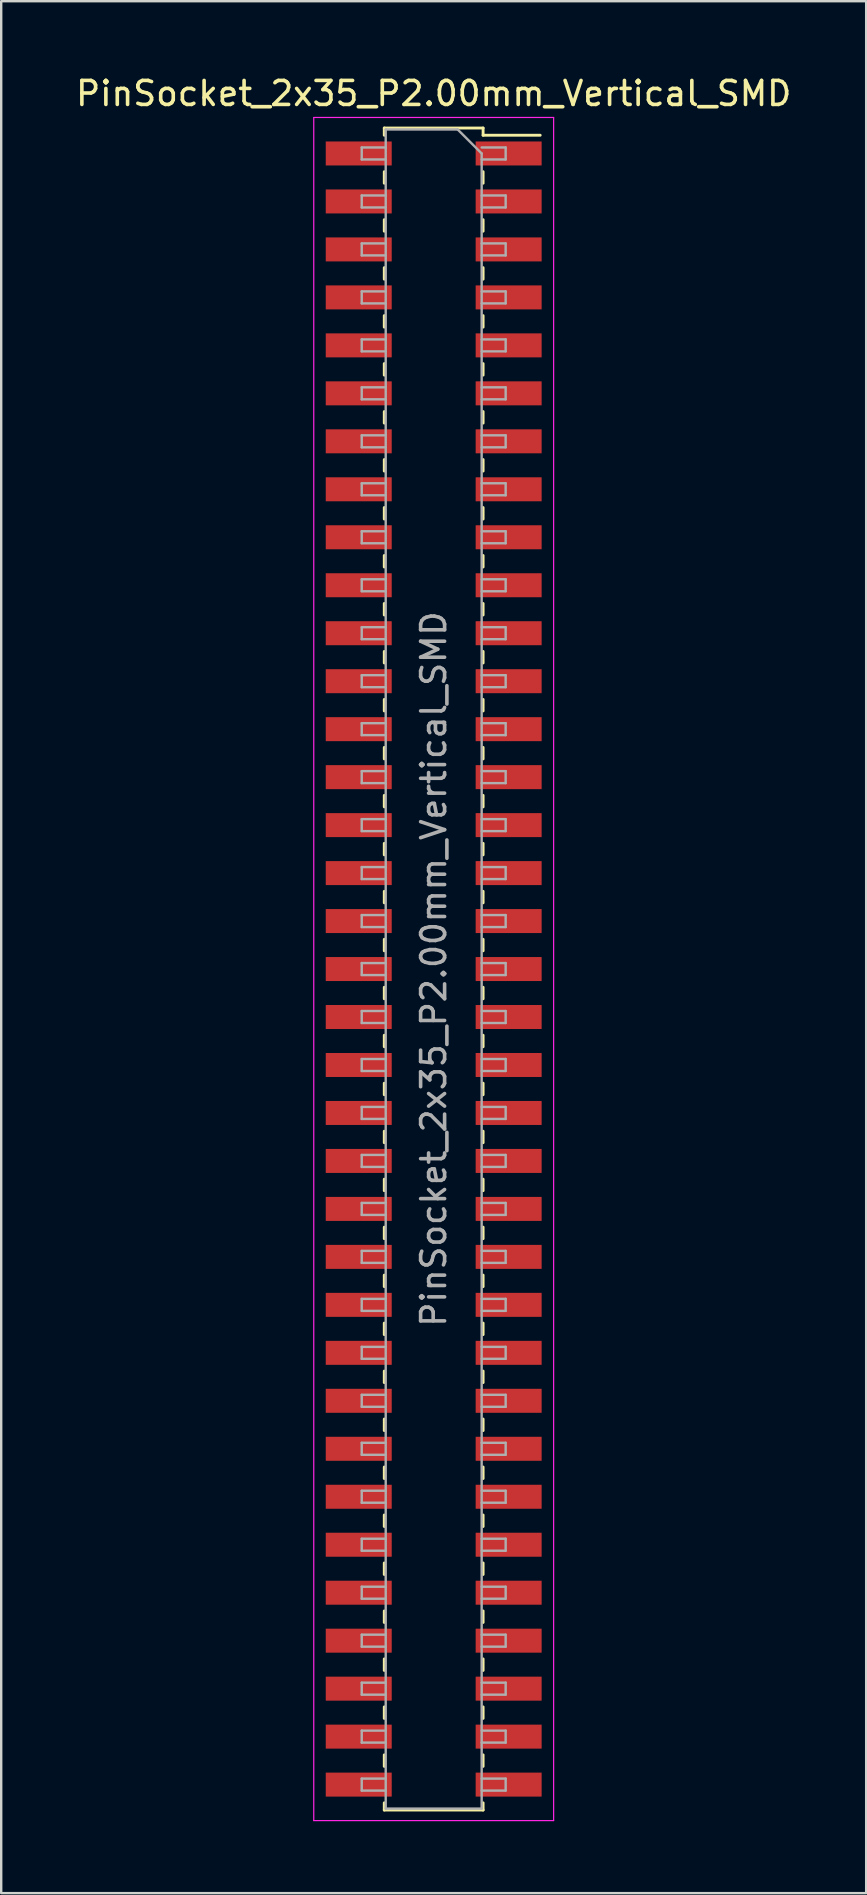
<source format=kicad_pcb>
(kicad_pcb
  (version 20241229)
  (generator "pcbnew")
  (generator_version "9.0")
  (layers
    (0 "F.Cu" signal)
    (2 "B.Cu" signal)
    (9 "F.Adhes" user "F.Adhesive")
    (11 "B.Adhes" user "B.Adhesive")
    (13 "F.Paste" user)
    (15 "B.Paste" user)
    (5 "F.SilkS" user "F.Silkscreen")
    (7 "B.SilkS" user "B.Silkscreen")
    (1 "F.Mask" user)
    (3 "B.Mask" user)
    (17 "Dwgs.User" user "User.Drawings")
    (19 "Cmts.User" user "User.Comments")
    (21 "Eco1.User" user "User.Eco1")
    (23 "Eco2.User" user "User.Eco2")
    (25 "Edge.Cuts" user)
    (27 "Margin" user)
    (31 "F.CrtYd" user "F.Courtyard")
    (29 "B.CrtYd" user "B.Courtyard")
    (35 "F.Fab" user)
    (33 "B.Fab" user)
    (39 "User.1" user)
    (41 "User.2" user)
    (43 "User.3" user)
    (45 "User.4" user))
  (footprint "PinSocket_2x35_P2.00mm_Vertical_SMD"
    (layer "F.Cu")
    (at 15.03 37.348)
    (property "Reference" "PinSocket_2x35_P2.00mm_Vertical_SMD" (at 0 -36.5 0) (layer "F.SilkS") (effects (font (size 1 1) (thickness 0.15))))
    (attr smd)
    (fp_line (start -2.06 -35.06) (end -2.06 -34.76) (stroke (width 0.12) (type solid)) (layer "F.SilkS"))
    (fp_line (start -2.06 -35.06) (end 2.06 -35.06) (stroke (width 0.12) (type solid)) (layer "F.SilkS"))
    (fp_line (start -2.06 -33.24) (end -2.06 -32.76) (stroke (width 0.12) (type solid)) (layer "F.SilkS"))
    (fp_line (start -2.06 -31.24) (end -2.06 -30.76) (stroke (width 0.12) (type solid)) (layer "F.SilkS"))
    (fp_line (start -2.06 -29.24) (end -2.06 -28.76) (stroke (width 0.12) (type solid)) (layer "F.SilkS"))
    (fp_line (start -2.06 -27.24) (end -2.06 -26.76) (stroke (width 0.12) (type solid)) (layer "F.SilkS"))
    (fp_line (start -2.06 -25.24) (end -2.06 -24.76) (stroke (width 0.12) (type solid)) (layer "F.SilkS"))
    (fp_line (start -2.06 -23.24) (end -2.06 -22.76) (stroke (width 0.12) (type solid)) (layer "F.SilkS"))
    (fp_line (start -2.06 -21.24) (end -2.06 -20.76) (stroke (width 0.12) (type solid)) (layer "F.SilkS"))
    (fp_line (start -2.06 -19.24) (end -2.06 -18.76) (stroke (width 0.12) (type solid)) (layer "F.SilkS"))
    (fp_line (start -2.06 -17.24) (end -2.06 -16.76) (stroke (width 0.12) (type solid)) (layer "F.SilkS"))
    (fp_line (start -2.06 -15.24) (end -2.06 -14.76) (stroke (width 0.12) (type solid)) (layer "F.SilkS"))
    (fp_line (start -2.06 -13.24) (end -2.06 -12.76) (stroke (width 0.12) (type solid)) (layer "F.SilkS"))
    (fp_line (start -2.06 -11.24) (end -2.06 -10.76) (stroke (width 0.12) (type solid)) (layer "F.SilkS"))
    (fp_line (start -2.06 -9.24) (end -2.06 -8.76) (stroke (width 0.12) (type solid)) (layer "F.SilkS"))
    (fp_line (start -2.06 -7.24) (end -2.06 -6.76) (stroke (width 0.12) (type solid)) (layer "F.SilkS"))
    (fp_line (start -2.06 -5.24) (end -2.06 -4.76) (stroke (width 0.12) (type solid)) (layer "F.SilkS"))
    (fp_line (start -2.06 -3.24) (end -2.06 -2.76) (stroke (width 0.12) (type solid)) (layer "F.SilkS"))
    (fp_line (start -2.06 -1.24) (end -2.06 -0.76) (stroke (width 0.12) (type solid)) (layer "F.SilkS"))
    (fp_line (start -2.06 0.76) (end -2.06 1.24) (stroke (width 0.12) (type solid)) (layer "F.SilkS"))
    (fp_line (start -2.06 2.76) (end -2.06 3.24) (stroke (width 0.12) (type solid)) (layer "F.SilkS"))
    (fp_line (start -2.06 4.76) (end -2.06 5.24) (stroke (width 0.12) (type solid)) (layer "F.SilkS"))
    (fp_line (start -2.06 6.76) (end -2.06 7.24) (stroke (width 0.12) (type solid)) (layer "F.SilkS"))
    (fp_line (start -2.06 8.76) (end -2.06 9.24) (stroke (width 0.12) (type solid)) (layer "F.SilkS"))
    (fp_line (start -2.06 10.76) (end -2.06 11.24) (stroke (width 0.12) (type solid)) (layer "F.SilkS"))
    (fp_line (start -2.06 12.76) (end -2.06 13.24) (stroke (width 0.12) (type solid)) (layer "F.SilkS"))
    (fp_line (start -2.06 14.76) (end -2.06 15.24) (stroke (width 0.12) (type solid)) (layer "F.SilkS"))
    (fp_line (start -2.06 16.76) (end -2.06 17.24) (stroke (width 0.12) (type solid)) (layer "F.SilkS"))
    (fp_line (start -2.06 18.76) (end -2.06 19.24) (stroke (width 0.12) (type solid)) (layer "F.SilkS"))
    (fp_line (start -2.06 20.76) (end -2.06 21.24) (stroke (width 0.12) (type solid)) (layer "F.SilkS"))
    (fp_line (start -2.06 22.76) (end -2.06 23.24) (stroke (width 0.12) (type solid)) (layer "F.SilkS"))
    (fp_line (start -2.06 24.76) (end -2.06 25.24) (stroke (width 0.12) (type solid)) (layer "F.SilkS"))
    (fp_line (start -2.06 26.76) (end -2.06 27.24) (stroke (width 0.12) (type solid)) (layer "F.SilkS"))
    (fp_line (start -2.06 28.76) (end -2.06 29.24) (stroke (width 0.12) (type solid)) (layer "F.SilkS"))
    (fp_line (start -2.06 30.76) (end -2.06 31.24) (stroke (width 0.12) (type solid)) (layer "F.SilkS"))
    (fp_line (start -2.06 32.76) (end -2.06 33.24) (stroke (width 0.12) (type solid)) (layer "F.SilkS"))
    (fp_line (start -2.06 34.76) (end -2.06 35.06) (stroke (width 0.12) (type solid)) (layer "F.SilkS"))
    (fp_line (start -2.06 35.06) (end 2.06 35.06) (stroke (width 0.12) (type solid)) (layer "F.SilkS"))
    (fp_line (start 2.06 -35.06) (end 2.06 -34.76) (stroke (width 0.12) (type solid)) (layer "F.SilkS"))
    (fp_line (start 2.06 -34.76) (end 4.44 -34.76) (stroke (width 0.12) (type solid)) (layer "F.SilkS"))
    (fp_line (start 2.06 -33.24) (end 2.06 -32.76) (stroke (width 0.12) (type solid)) (layer "F.SilkS"))
    (fp_line (start 2.06 -31.24) (end 2.06 -30.76) (stroke (width 0.12) (type solid)) (layer "F.SilkS"))
    (fp_line (start 2.06 -29.24) (end 2.06 -28.76) (stroke (width 0.12) (type solid)) (layer "F.SilkS"))
    (fp_line (start 2.06 -27.24) (end 2.06 -26.76) (stroke (width 0.12) (type solid)) (layer "F.SilkS"))
    (fp_line (start 2.06 -25.24) (end 2.06 -24.76) (stroke (width 0.12) (type solid)) (layer "F.SilkS"))
    (fp_line (start 2.06 -23.24) (end 2.06 -22.76) (stroke (width 0.12) (type solid)) (layer "F.SilkS"))
    (fp_line (start 2.06 -21.24) (end 2.06 -20.76) (stroke (width 0.12) (type solid)) (layer "F.SilkS"))
    (fp_line (start 2.06 -19.24) (end 2.06 -18.76) (stroke (width 0.12) (type solid)) (layer "F.SilkS"))
    (fp_line (start 2.06 -17.24) (end 2.06 -16.76) (stroke (width 0.12) (type solid)) (layer "F.SilkS"))
    (fp_line (start 2.06 -15.24) (end 2.06 -14.76) (stroke (width 0.12) (type solid)) (layer "F.SilkS"))
    (fp_line (start 2.06 -13.24) (end 2.06 -12.76) (stroke (width 0.12) (type solid)) (layer "F.SilkS"))
    (fp_line (start 2.06 -11.24) (end 2.06 -10.76) (stroke (width 0.12) (type solid)) (layer "F.SilkS"))
    (fp_line (start 2.06 -9.24) (end 2.06 -8.76) (stroke (width 0.12) (type solid)) (layer "F.SilkS"))
    (fp_line (start 2.06 -7.24) (end 2.06 -6.76) (stroke (width 0.12) (type solid)) (layer "F.SilkS"))
    (fp_line (start 2.06 -5.24) (end 2.06 -4.76) (stroke (width 0.12) (type solid)) (layer "F.SilkS"))
    (fp_line (start 2.06 -3.24) (end 2.06 -2.76) (stroke (width 0.12) (type solid)) (layer "F.SilkS"))
    (fp_line (start 2.06 -1.24) (end 2.06 -0.76) (stroke (width 0.12) (type solid)) (layer "F.SilkS"))
    (fp_line (start 2.06 0.76) (end 2.06 1.24) (stroke (width 0.12) (type solid)) (layer "F.SilkS"))
    (fp_line (start 2.06 2.76) (end 2.06 3.24) (stroke (width 0.12) (type solid)) (layer "F.SilkS"))
    (fp_line (start 2.06 4.76) (end 2.06 5.24) (stroke (width 0.12) (type solid)) (layer "F.SilkS"))
    (fp_line (start 2.06 6.76) (end 2.06 7.24) (stroke (width 0.12) (type solid)) (layer "F.SilkS"))
    (fp_line (start 2.06 8.76) (end 2.06 9.24) (stroke (width 0.12) (type solid)) (layer "F.SilkS"))
    (fp_line (start 2.06 10.76) (end 2.06 11.24) (stroke (width 0.12) (type solid)) (layer "F.SilkS"))
    (fp_line (start 2.06 12.76) (end 2.06 13.24) (stroke (width 0.12) (type solid)) (layer "F.SilkS"))
    (fp_line (start 2.06 14.76) (end 2.06 15.24) (stroke (width 0.12) (type solid)) (layer "F.SilkS"))
    (fp_line (start 2.06 16.76) (end 2.06 17.24) (stroke (width 0.12) (type solid)) (layer "F.SilkS"))
    (fp_line (start 2.06 18.76) (end 2.06 19.24) (stroke (width 0.12) (type solid)) (layer "F.SilkS"))
    (fp_line (start 2.06 20.76) (end 2.06 21.24) (stroke (width 0.12) (type solid)) (layer "F.SilkS"))
    (fp_line (start 2.06 22.76) (end 2.06 23.24) (stroke (width 0.12) (type solid)) (layer "F.SilkS"))
    (fp_line (start 2.06 24.76) (end 2.06 25.24) (stroke (width 0.12) (type solid)) (layer "F.SilkS"))
    (fp_line (start 2.06 26.76) (end 2.06 27.24) (stroke (width 0.12) (type solid)) (layer "F.SilkS"))
    (fp_line (start 2.06 28.76) (end 2.06 29.24) (stroke (width 0.12) (type solid)) (layer "F.SilkS"))
    (fp_line (start 2.06 30.76) (end 2.06 31.24) (stroke (width 0.12) (type solid)) (layer "F.SilkS"))
    (fp_line (start 2.06 32.76) (end 2.06 33.24) (stroke (width 0.12) (type solid)) (layer "F.SilkS"))
    (fp_line (start 2.06 34.76) (end 2.06 35.06) (stroke (width 0.12) (type solid)) (layer "F.SilkS"))
    (fp_line (start -5 -35.5) (end 5 -35.5) (stroke (width 0.05) (type solid)) (layer "F.CrtYd"))
    (fp_line (start -5 35.5) (end -5 -35.5) (stroke (width 0.05) (type solid)) (layer "F.CrtYd"))
    (fp_line (start 5 -35.5) (end 5 35.5) (stroke (width 0.05) (type solid)) (layer "F.CrtYd"))
    (fp_line (start 5 35.5) (end -5 35.5) (stroke (width 0.05) (type solid)) (layer "F.CrtYd"))
    (fp_line (start -3 -34.25) (end -2 -34.25) (stroke (width 0.1) (type solid)) (layer "F.Fab"))
    (fp_line (start -3 -33.75) (end -3 -34.25) (stroke (width 0.1) (type solid)) (layer "F.Fab"))
    (fp_line (start -3 -32.25) (end -2 -32.25) (stroke (width 0.1) (type solid)) (layer "F.Fab"))
    (fp_line (start -3 -31.75) (end -3 -32.25) (stroke (width 0.1) (type solid)) (layer "F.Fab"))
    (fp_line (start -3 -30.25) (end -2 -30.25) (stroke (width 0.1) (type solid)) (layer "F.Fab"))
    (fp_line (start -3 -29.75) (end -3 -30.25) (stroke (width 0.1) (type solid)) (layer "F.Fab"))
    (fp_line (start -3 -28.25) (end -2 -28.25) (stroke (width 0.1) (type solid)) (layer "F.Fab"))
    (fp_line (start -3 -27.75) (end -3 -28.25) (stroke (width 0.1) (type solid)) (layer "F.Fab"))
    (fp_line (start -3 -26.25) (end -2 -26.25) (stroke (width 0.1) (type solid)) (layer "F.Fab"))
    (fp_line (start -3 -25.75) (end -3 -26.25) (stroke (width 0.1) (type solid)) (layer "F.Fab"))
    (fp_line (start -3 -24.25) (end -2 -24.25) (stroke (width 0.1) (type solid)) (layer "F.Fab"))
    (fp_line (start -3 -23.75) (end -3 -24.25) (stroke (width 0.1) (type solid)) (layer "F.Fab"))
    (fp_line (start -3 -22.25) (end -2 -22.25) (stroke (width 0.1) (type solid)) (layer "F.Fab"))
    (fp_line (start -3 -21.75) (end -3 -22.25) (stroke (width 0.1) (type solid)) (layer "F.Fab"))
    (fp_line (start -3 -20.25) (end -2 -20.25) (stroke (width 0.1) (type solid)) (layer "F.Fab"))
    (fp_line (start -3 -19.75) (end -3 -20.25) (stroke (width 0.1) (type solid)) (layer "F.Fab"))
    (fp_line (start -3 -18.25) (end -2 -18.25) (stroke (width 0.1) (type solid)) (layer "F.Fab"))
    (fp_line (start -3 -17.75) (end -3 -18.25) (stroke (width 0.1) (type solid)) (layer "F.Fab"))
    (fp_line (start -3 -16.25) (end -2 -16.25) (stroke (width 0.1) (type solid)) (layer "F.Fab"))
    (fp_line (start -3 -15.75) (end -3 -16.25) (stroke (width 0.1) (type solid)) (layer "F.Fab"))
    (fp_line (start -3 -14.25) (end -2 -14.25) (stroke (width 0.1) (type solid)) (layer "F.Fab"))
    (fp_line (start -3 -13.75) (end -3 -14.25) (stroke (width 0.1) (type solid)) (layer "F.Fab"))
    (fp_line (start -3 -12.25) (end -2 -12.25) (stroke (width 0.1) (type solid)) (layer "F.Fab"))
    (fp_line (start -3 -11.75) (end -3 -12.25) (stroke (width 0.1) (type solid)) (layer "F.Fab"))
    (fp_line (start -3 -10.25) (end -2 -10.25) (stroke (width 0.1) (type solid)) (layer "F.Fab"))
    (fp_line (start -3 -9.75) (end -3 -10.25) (stroke (width 0.1) (type solid)) (layer "F.Fab"))
    (fp_line (start -3 -8.25) (end -2 -8.25) (stroke (width 0.1) (type solid)) (layer "F.Fab"))
    (fp_line (start -3 -7.75) (end -3 -8.25) (stroke (width 0.1) (type solid)) (layer "F.Fab"))
    (fp_line (start -3 -6.25) (end -2 -6.25) (stroke (width 0.1) (type solid)) (layer "F.Fab"))
    (fp_line (start -3 -5.75) (end -3 -6.25) (stroke (width 0.1) (type solid)) (layer "F.Fab"))
    (fp_line (start -3 -4.25) (end -2 -4.25) (stroke (width 0.1) (type solid)) (layer "F.Fab"))
    (fp_line (start -3 -3.75) (end -3 -4.25) (stroke (width 0.1) (type solid)) (layer "F.Fab"))
    (fp_line (start -3 -2.25) (end -2 -2.25) (stroke (width 0.1) (type solid)) (layer "F.Fab"))
    (fp_line (start -3 -1.75) (end -3 -2.25) (stroke (width 0.1) (type solid)) (layer "F.Fab"))
    (fp_line (start -3 -0.25) (end -2 -0.25) (stroke (width 0.1) (type solid)) (layer "F.Fab"))
    (fp_line (start -3 0.25) (end -3 -0.25) (stroke (width 0.1) (type solid)) (layer "F.Fab"))
    (fp_line (start -3 1.75) (end -2 1.75) (stroke (width 0.1) (type solid)) (layer "F.Fab"))
    (fp_line (start -3 2.25) (end -3 1.75) (stroke (width 0.1) (type solid)) (layer "F.Fab"))
    (fp_line (start -3 3.75) (end -2 3.75) (stroke (width 0.1) (type solid)) (layer "F.Fab"))
    (fp_line (start -3 4.25) (end -3 3.75) (stroke (width 0.1) (type solid)) (layer "F.Fab"))
    (fp_line (start -3 5.75) (end -2 5.75) (stroke (width 0.1) (type solid)) (layer "F.Fab"))
    (fp_line (start -3 6.25) (end -3 5.75) (stroke (width 0.1) (type solid)) (layer "F.Fab"))
    (fp_line (start -3 7.75) (end -2 7.75) (stroke (width 0.1) (type solid)) (layer "F.Fab"))
    (fp_line (start -3 8.25) (end -3 7.75) (stroke (width 0.1) (type solid)) (layer "F.Fab"))
    (fp_line (start -3 9.75) (end -2 9.75) (stroke (width 0.1) (type solid)) (layer "F.Fab"))
    (fp_line (start -3 10.25) (end -3 9.75) (stroke (width 0.1) (type solid)) (layer "F.Fab"))
    (fp_line (start -3 11.75) (end -2 11.75) (stroke (width 0.1) (type solid)) (layer "F.Fab"))
    (fp_line (start -3 12.25) (end -3 11.75) (stroke (width 0.1) (type solid)) (layer "F.Fab"))
    (fp_line (start -3 13.75) (end -2 13.75) (stroke (width 0.1) (type solid)) (layer "F.Fab"))
    (fp_line (start -3 14.25) (end -3 13.75) (stroke (width 0.1) (type solid)) (layer "F.Fab"))
    (fp_line (start -3 15.75) (end -2 15.75) (stroke (width 0.1) (type solid)) (layer "F.Fab"))
    (fp_line (start -3 16.25) (end -3 15.75) (stroke (width 0.1) (type solid)) (layer "F.Fab"))
    (fp_line (start -3 17.75) (end -2 17.75) (stroke (width 0.1) (type solid)) (layer "F.Fab"))
    (fp_line (start -3 18.25) (end -3 17.75) (stroke (width 0.1) (type solid)) (layer "F.Fab"))
    (fp_line (start -3 19.75) (end -2 19.75) (stroke (width 0.1) (type solid)) (layer "F.Fab"))
    (fp_line (start -3 20.25) (end -3 19.75) (stroke (width 0.1) (type solid)) (layer "F.Fab"))
    (fp_line (start -3 21.75) (end -2 21.75) (stroke (width 0.1) (type solid)) (layer "F.Fab"))
    (fp_line (start -3 22.25) (end -3 21.75) (stroke (width 0.1) (type solid)) (layer "F.Fab"))
    (fp_line (start -3 23.75) (end -2 23.75) (stroke (width 0.1) (type solid)) (layer "F.Fab"))
    (fp_line (start -3 24.25) (end -3 23.75) (stroke (width 0.1) (type solid)) (layer "F.Fab"))
    (fp_line (start -3 25.75) (end -2 25.75) (stroke (width 0.1) (type solid)) (layer "F.Fab"))
    (fp_line (start -3 26.25) (end -3 25.75) (stroke (width 0.1) (type solid)) (layer "F.Fab"))
    (fp_line (start -3 27.75) (end -2 27.75) (stroke (width 0.1) (type solid)) (layer "F.Fab"))
    (fp_line (start -3 28.25) (end -3 27.75) (stroke (width 0.1) (type solid)) (layer "F.Fab"))
    (fp_line (start -3 29.75) (end -2 29.75) (stroke (width 0.1) (type solid)) (layer "F.Fab"))
    (fp_line (start -3 30.25) (end -3 29.75) (stroke (width 0.1) (type solid)) (layer "F.Fab"))
    (fp_line (start -3 31.75) (end -2 31.75) (stroke (width 0.1) (type solid)) (layer "F.Fab"))
    (fp_line (start -3 32.25) (end -3 31.75) (stroke (width 0.1) (type solid)) (layer "F.Fab"))
    (fp_line (start -3 33.75) (end -2 33.75) (stroke (width 0.1) (type solid)) (layer "F.Fab"))
    (fp_line (start -3 34.25) (end -3 33.75) (stroke (width 0.1) (type solid)) (layer "F.Fab"))
    (fp_line (start -2 -35) (end 1 -35) (stroke (width 0.1) (type solid)) (layer "F.Fab"))
    (fp_line (start -2 -33.75) (end -3 -33.75) (stroke (width 0.1) (type solid)) (layer "F.Fab"))
    (fp_line (start -2 -31.75) (end -3 -31.75) (stroke (width 0.1) (type solid)) (layer "F.Fab"))
    (fp_line (start -2 -29.75) (end -3 -29.75) (stroke (width 0.1) (type solid)) (layer "F.Fab"))
    (fp_line (start -2 -27.75) (end -3 -27.75) (stroke (width 0.1) (type solid)) (layer "F.Fab"))
    (fp_line (start -2 -25.75) (end -3 -25.75) (stroke (width 0.1) (type solid)) (layer "F.Fab"))
    (fp_line (start -2 -23.75) (end -3 -23.75) (stroke (width 0.1) (type solid)) (layer "F.Fab"))
    (fp_line (start -2 -21.75) (end -3 -21.75) (stroke (width 0.1) (type solid)) (layer "F.Fab"))
    (fp_line (start -2 -19.75) (end -3 -19.75) (stroke (width 0.1) (type solid)) (layer "F.Fab"))
    (fp_line (start -2 -17.75) (end -3 -17.75) (stroke (width 0.1) (type solid)) (layer "F.Fab"))
    (fp_line (start -2 -15.75) (end -3 -15.75) (stroke (width 0.1) (type solid)) (layer "F.Fab"))
    (fp_line (start -2 -13.75) (end -3 -13.75) (stroke (width 0.1) (type solid)) (layer "F.Fab"))
    (fp_line (start -2 -11.75) (end -3 -11.75) (stroke (width 0.1) (type solid)) (layer "F.Fab"))
    (fp_line (start -2 -9.75) (end -3 -9.75) (stroke (width 0.1) (type solid)) (layer "F.Fab"))
    (fp_line (start -2 -7.75) (end -3 -7.75) (stroke (width 0.1) (type solid)) (layer "F.Fab"))
    (fp_line (start -2 -5.75) (end -3 -5.75) (stroke (width 0.1) (type solid)) (layer "F.Fab"))
    (fp_line (start -2 -3.75) (end -3 -3.75) (stroke (width 0.1) (type solid)) (layer "F.Fab"))
    (fp_line (start -2 -1.75) (end -3 -1.75) (stroke (width 0.1) (type solid)) (layer "F.Fab"))
    (fp_line (start -2 0.25) (end -3 0.25) (stroke (width 0.1) (type solid)) (layer "F.Fab"))
    (fp_line (start -2 2.25) (end -3 2.25) (stroke (width 0.1) (type solid)) (layer "F.Fab"))
    (fp_line (start -2 4.25) (end -3 4.25) (stroke (width 0.1) (type solid)) (layer "F.Fab"))
    (fp_line (start -2 6.25) (end -3 6.25) (stroke (width 0.1) (type solid)) (layer "F.Fab"))
    (fp_line (start -2 8.25) (end -3 8.25) (stroke (width 0.1) (type solid)) (layer "F.Fab"))
    (fp_line (start -2 10.25) (end -3 10.25) (stroke (width 0.1) (type solid)) (layer "F.Fab"))
    (fp_line (start -2 12.25) (end -3 12.25) (stroke (width 0.1) (type solid)) (layer "F.Fab"))
    (fp_line (start -2 14.25) (end -3 14.25) (stroke (width 0.1) (type solid)) (layer "F.Fab"))
    (fp_line (start -2 16.25) (end -3 16.25) (stroke (width 0.1) (type solid)) (layer "F.Fab"))
    (fp_line (start -2 18.25) (end -3 18.25) (stroke (width 0.1) (type solid)) (layer "F.Fab"))
    (fp_line (start -2 20.25) (end -3 20.25) (stroke (width 0.1) (type solid)) (layer "F.Fab"))
    (fp_line (start -2 22.25) (end -3 22.25) (stroke (width 0.1) (type solid)) (layer "F.Fab"))
    (fp_line (start -2 24.25) (end -3 24.25) (stroke (width 0.1) (type solid)) (layer "F.Fab"))
    (fp_line (start -2 26.25) (end -3 26.25) (stroke (width 0.1) (type solid)) (layer "F.Fab"))
    (fp_line (start -2 28.25) (end -3 28.25) (stroke (width 0.1) (type solid)) (layer "F.Fab"))
    (fp_line (start -2 30.25) (end -3 30.25) (stroke (width 0.1) (type solid)) (layer "F.Fab"))
    (fp_line (start -2 32.25) (end -3 32.25) (stroke (width 0.1) (type solid)) (layer "F.Fab"))
    (fp_line (start -2 34.25) (end -3 34.25) (stroke (width 0.1) (type solid)) (layer "F.Fab"))
    (fp_line (start -2 35) (end -2 -35) (stroke (width 0.1) (type solid)) (layer "F.Fab"))
    (fp_line (start 1 -35) (end 2 -34) (stroke (width 0.1) (type solid)) (layer "F.Fab"))
    (fp_line (start 2 -34.25) (end 3 -34.25) (stroke (width 0.1) (type solid)) (layer "F.Fab"))
    (fp_line (start 2 -34) (end 2 35) (stroke (width 0.1) (type solid)) (layer "F.Fab"))
    (fp_line (start 2 -32.25) (end 3 -32.25) (stroke (width 0.1) (type solid)) (layer "F.Fab"))
    (fp_line (start 2 -30.25) (end 3 -30.25) (stroke (width 0.1) (type solid)) (layer "F.Fab"))
    (fp_line (start 2 -28.25) (end 3 -28.25) (stroke (width 0.1) (type solid)) (layer "F.Fab"))
    (fp_line (start 2 -26.25) (end 3 -26.25) (stroke (width 0.1) (type solid)) (layer "F.Fab"))
    (fp_line (start 2 -24.25) (end 3 -24.25) (stroke (width 0.1) (type solid)) (layer "F.Fab"))
    (fp_line (start 2 -22.25) (end 3 -22.25) (stroke (width 0.1) (type solid)) (layer "F.Fab"))
    (fp_line (start 2 -20.25) (end 3 -20.25) (stroke (width 0.1) (type solid)) (layer "F.Fab"))
    (fp_line (start 2 -18.25) (end 3 -18.25) (stroke (width 0.1) (type solid)) (layer "F.Fab"))
    (fp_line (start 2 -16.25) (end 3 -16.25) (stroke (width 0.1) (type solid)) (layer "F.Fab"))
    (fp_line (start 2 -14.25) (end 3 -14.25) (stroke (width 0.1) (type solid)) (layer "F.Fab"))
    (fp_line (start 2 -12.25) (end 3 -12.25) (stroke (width 0.1) (type solid)) (layer "F.Fab"))
    (fp_line (start 2 -10.25) (end 3 -10.25) (stroke (width 0.1) (type solid)) (layer "F.Fab"))
    (fp_line (start 2 -8.25) (end 3 -8.25) (stroke (width 0.1) (type solid)) (layer "F.Fab"))
    (fp_line (start 2 -6.25) (end 3 -6.25) (stroke (width 0.1) (type solid)) (layer "F.Fab"))
    (fp_line (start 2 -4.25) (end 3 -4.25) (stroke (width 0.1) (type solid)) (layer "F.Fab"))
    (fp_line (start 2 -2.25) (end 3 -2.25) (stroke (width 0.1) (type solid)) (layer "F.Fab"))
    (fp_line (start 2 -0.25) (end 3 -0.25) (stroke (width 0.1) (type solid)) (layer "F.Fab"))
    (fp_line (start 2 1.75) (end 3 1.75) (stroke (width 0.1) (type solid)) (layer "F.Fab"))
    (fp_line (start 2 3.75) (end 3 3.75) (stroke (width 0.1) (type solid)) (layer "F.Fab"))
    (fp_line (start 2 5.75) (end 3 5.75) (stroke (width 0.1) (type solid)) (layer "F.Fab"))
    (fp_line (start 2 7.75) (end 3 7.75) (stroke (width 0.1) (type solid)) (layer "F.Fab"))
    (fp_line (start 2 9.75) (end 3 9.75) (stroke (width 0.1) (type solid)) (layer "F.Fab"))
    (fp_line (start 2 11.75) (end 3 11.75) (stroke (width 0.1) (type solid)) (layer "F.Fab"))
    (fp_line (start 2 13.75) (end 3 13.75) (stroke (width 0.1) (type solid)) (layer "F.Fab"))
    (fp_line (start 2 15.75) (end 3 15.75) (stroke (width 0.1) (type solid)) (layer "F.Fab"))
    (fp_line (start 2 17.75) (end 3 17.75) (stroke (width 0.1) (type solid)) (layer "F.Fab"))
    (fp_line (start 2 19.75) (end 3 19.75) (stroke (width 0.1) (type solid)) (layer "F.Fab"))
    (fp_line (start 2 21.75) (end 3 21.75) (stroke (width 0.1) (type solid)) (layer "F.Fab"))
    (fp_line (start 2 23.75) (end 3 23.75) (stroke (width 0.1) (type solid)) (layer "F.Fab"))
    (fp_line (start 2 25.75) (end 3 25.75) (stroke (width 0.1) (type solid)) (layer "F.Fab"))
    (fp_line (start 2 27.75) (end 3 27.75) (stroke (width 0.1) (type solid)) (layer "F.Fab"))
    (fp_line (start 2 29.75) (end 3 29.75) (stroke (width 0.1) (type solid)) (layer "F.Fab"))
    (fp_line (start 2 31.75) (end 3 31.75) (stroke (width 0.1) (type solid)) (layer "F.Fab"))
    (fp_line (start 2 33.75) (end 3 33.75) (stroke (width 0.1) (type solid)) (layer "F.Fab"))
    (fp_line (start 2 35) (end -2 35) (stroke (width 0.1) (type solid)) (layer "F.Fab"))
    (fp_line (start 3 -34.25) (end 3 -33.75) (stroke (width 0.1) (type solid)) (layer "F.Fab"))
    (fp_line (start 3 -33.75) (end 2 -33.75) (stroke (width 0.1) (type solid)) (layer "F.Fab"))
    (fp_line (start 3 -32.25) (end 3 -31.75) (stroke (width 0.1) (type solid)) (layer "F.Fab"))
    (fp_line (start 3 -31.75) (end 2 -31.75) (stroke (width 0.1) (type solid)) (layer "F.Fab"))
    (fp_line (start 3 -30.25) (end 3 -29.75) (stroke (width 0.1) (type solid)) (layer "F.Fab"))
    (fp_line (start 3 -29.75) (end 2 -29.75) (stroke (width 0.1) (type solid)) (layer "F.Fab"))
    (fp_line (start 3 -28.25) (end 3 -27.75) (stroke (width 0.1) (type solid)) (layer "F.Fab"))
    (fp_line (start 3 -27.75) (end 2 -27.75) (stroke (width 0.1) (type solid)) (layer "F.Fab"))
    (fp_line (start 3 -26.25) (end 3 -25.75) (stroke (width 0.1) (type solid)) (layer "F.Fab"))
    (fp_line (start 3 -25.75) (end 2 -25.75) (stroke (width 0.1) (type solid)) (layer "F.Fab"))
    (fp_line (start 3 -24.25) (end 3 -23.75) (stroke (width 0.1) (type solid)) (layer "F.Fab"))
    (fp_line (start 3 -23.75) (end 2 -23.75) (stroke (width 0.1) (type solid)) (layer "F.Fab"))
    (fp_line (start 3 -22.25) (end 3 -21.75) (stroke (width 0.1) (type solid)) (layer "F.Fab"))
    (fp_line (start 3 -21.75) (end 2 -21.75) (stroke (width 0.1) (type solid)) (layer "F.Fab"))
    (fp_line (start 3 -20.25) (end 3 -19.75) (stroke (width 0.1) (type solid)) (layer "F.Fab"))
    (fp_line (start 3 -19.75) (end 2 -19.75) (stroke (width 0.1) (type solid)) (layer "F.Fab"))
    (fp_line (start 3 -18.25) (end 3 -17.75) (stroke (width 0.1) (type solid)) (layer "F.Fab"))
    (fp_line (start 3 -17.75) (end 2 -17.75) (stroke (width 0.1) (type solid)) (layer "F.Fab"))
    (fp_line (start 3 -16.25) (end 3 -15.75) (stroke (width 0.1) (type solid)) (layer "F.Fab"))
    (fp_line (start 3 -15.75) (end 2 -15.75) (stroke (width 0.1) (type solid)) (layer "F.Fab"))
    (fp_line (start 3 -14.25) (end 3 -13.75) (stroke (width 0.1) (type solid)) (layer "F.Fab"))
    (fp_line (start 3 -13.75) (end 2 -13.75) (stroke (width 0.1) (type solid)) (layer "F.Fab"))
    (fp_line (start 3 -12.25) (end 3 -11.75) (stroke (width 0.1) (type solid)) (layer "F.Fab"))
    (fp_line (start 3 -11.75) (end 2 -11.75) (stroke (width 0.1) (type solid)) (layer "F.Fab"))
    (fp_line (start 3 -10.25) (end 3 -9.75) (stroke (width 0.1) (type solid)) (layer "F.Fab"))
    (fp_line (start 3 -9.75) (end 2 -9.75) (stroke (width 0.1) (type solid)) (layer "F.Fab"))
    (fp_line (start 3 -8.25) (end 3 -7.75) (stroke (width 0.1) (type solid)) (layer "F.Fab"))
    (fp_line (start 3 -7.75) (end 2 -7.75) (stroke (width 0.1) (type solid)) (layer "F.Fab"))
    (fp_line (start 3 -6.25) (end 3 -5.75) (stroke (width 0.1) (type solid)) (layer "F.Fab"))
    (fp_line (start 3 -5.75) (end 2 -5.75) (stroke (width 0.1) (type solid)) (layer "F.Fab"))
    (fp_line (start 3 -4.25) (end 3 -3.75) (stroke (width 0.1) (type solid)) (layer "F.Fab"))
    (fp_line (start 3 -3.75) (end 2 -3.75) (stroke (width 0.1) (type solid)) (layer "F.Fab"))
    (fp_line (start 3 -2.25) (end 3 -1.75) (stroke (width 0.1) (type solid)) (layer "F.Fab"))
    (fp_line (start 3 -1.75) (end 2 -1.75) (stroke (width 0.1) (type solid)) (layer "F.Fab"))
    (fp_line (start 3 -0.25) (end 3 0.25) (stroke (width 0.1) (type solid)) (layer "F.Fab"))
    (fp_line (start 3 0.25) (end 2 0.25) (stroke (width 0.1) (type solid)) (layer "F.Fab"))
    (fp_line (start 3 1.75) (end 3 2.25) (stroke (width 0.1) (type solid)) (layer "F.Fab"))
    (fp_line (start 3 2.25) (end 2 2.25) (stroke (width 0.1) (type solid)) (layer "F.Fab"))
    (fp_line (start 3 3.75) (end 3 4.25) (stroke (width 0.1) (type solid)) (layer "F.Fab"))
    (fp_line (start 3 4.25) (end 2 4.25) (stroke (width 0.1) (type solid)) (layer "F.Fab"))
    (fp_line (start 3 5.75) (end 3 6.25) (stroke (width 0.1) (type solid)) (layer "F.Fab"))
    (fp_line (start 3 6.25) (end 2 6.25) (stroke (width 0.1) (type solid)) (layer "F.Fab"))
    (fp_line (start 3 7.75) (end 3 8.25) (stroke (width 0.1) (type solid)) (layer "F.Fab"))
    (fp_line (start 3 8.25) (end 2 8.25) (stroke (width 0.1) (type solid)) (layer "F.Fab"))
    (fp_line (start 3 9.75) (end 3 10.25) (stroke (width 0.1) (type solid)) (layer "F.Fab"))
    (fp_line (start 3 10.25) (end 2 10.25) (stroke (width 0.1) (type solid)) (layer "F.Fab"))
    (fp_line (start 3 11.75) (end 3 12.25) (stroke (width 0.1) (type solid)) (layer "F.Fab"))
    (fp_line (start 3 12.25) (end 2 12.25) (stroke (width 0.1) (type solid)) (layer "F.Fab"))
    (fp_line (start 3 13.75) (end 3 14.25) (stroke (width 0.1) (type solid)) (layer "F.Fab"))
    (fp_line (start 3 14.25) (end 2 14.25) (stroke (width 0.1) (type solid)) (layer "F.Fab"))
    (fp_line (start 3 15.75) (end 3 16.25) (stroke (width 0.1) (type solid)) (layer "F.Fab"))
    (fp_line (start 3 16.25) (end 2 16.25) (stroke (width 0.1) (type solid)) (layer "F.Fab"))
    (fp_line (start 3 17.75) (end 3 18.25) (stroke (width 0.1) (type solid)) (layer "F.Fab"))
    (fp_line (start 3 18.25) (end 2 18.25) (stroke (width 0.1) (type solid)) (layer "F.Fab"))
    (fp_line (start 3 19.75) (end 3 20.25) (stroke (width 0.1) (type solid)) (layer "F.Fab"))
    (fp_line (start 3 20.25) (end 2 20.25) (stroke (width 0.1) (type solid)) (layer "F.Fab"))
    (fp_line (start 3 21.75) (end 3 22.25) (stroke (width 0.1) (type solid)) (layer "F.Fab"))
    (fp_line (start 3 22.25) (end 2 22.25) (stroke (width 0.1) (type solid)) (layer "F.Fab"))
    (fp_line (start 3 23.75) (end 3 24.25) (stroke (width 0.1) (type solid)) (layer "F.Fab"))
    (fp_line (start 3 24.25) (end 2 24.25) (stroke (width 0.1) (type solid)) (layer "F.Fab"))
    (fp_line (start 3 25.75) (end 3 26.25) (stroke (width 0.1) (type solid)) (layer "F.Fab"))
    (fp_line (start 3 26.25) (end 2 26.25) (stroke (width 0.1) (type solid)) (layer "F.Fab"))
    (fp_line (start 3 27.75) (end 3 28.25) (stroke (width 0.1) (type solid)) (layer "F.Fab"))
    (fp_line (start 3 28.25) (end 2 28.25) (stroke (width 0.1) (type solid)) (layer "F.Fab"))
    (fp_line (start 3 29.75) (end 3 30.25) (stroke (width 0.1) (type solid)) (layer "F.Fab"))
    (fp_line (start 3 30.25) (end 2 30.25) (stroke (width 0.1) (type solid)) (layer "F.Fab"))
    (fp_line (start 3 31.75) (end 3 32.25) (stroke (width 0.1) (type solid)) (layer "F.Fab"))
    (fp_line (start 3 32.25) (end 2 32.25) (stroke (width 0.1) (type solid)) (layer "F.Fab"))
    (fp_line (start 3 33.75) (end 3 34.25) (stroke (width 0.1) (type solid)) (layer "F.Fab"))
    (fp_line (start 3 34.25) (end 2 34.25) (stroke (width 0.1) (type solid)) (layer "F.Fab"))
    (fp_text user "${REFERENCE}" (at 0 0 90) (layer "F.Fab") (effects (font (size 1 1) (thickness 0.15))))
    (pad "1" smd rect (at 3.125 -34) (size 2.75 1) (layers "F.Cu" "F.Mask" "F.Paste"))
    (pad "2" smd rect (at -3.125 -34) (size 2.75 1) (layers "F.Cu" "F.Mask" "F.Paste"))
    (pad "3" smd rect (at 3.125 -32) (size 2.75 1) (layers "F.Cu" "F.Mask" "F.Paste"))
    (pad "4" smd rect (at -3.125 -32) (size 2.75 1) (layers "F.Cu" "F.Mask" "F.Paste"))
    (pad "5" smd rect (at 3.125 -30) (size 2.75 1) (layers "F.Cu" "F.Mask" "F.Paste"))
    (pad "6" smd rect (at -3.125 -30) (size 2.75 1) (layers "F.Cu" "F.Mask" "F.Paste"))
    (pad "7" smd rect (at 3.125 -28) (size 2.75 1) (layers "F.Cu" "F.Mask" "F.Paste"))
    (pad "8" smd rect (at -3.125 -28) (size 2.75 1) (layers "F.Cu" "F.Mask" "F.Paste"))
    (pad "9" smd rect (at 3.125 -26) (size 2.75 1) (layers "F.Cu" "F.Mask" "F.Paste"))
    (pad "10" smd rect (at -3.125 -26) (size 2.75 1) (layers "F.Cu" "F.Mask" "F.Paste"))
    (pad "11" smd rect (at 3.125 -24) (size 2.75 1) (layers "F.Cu" "F.Mask" "F.Paste"))
    (pad "12" smd rect (at -3.125 -24) (size 2.75 1) (layers "F.Cu" "F.Mask" "F.Paste"))
    (pad "13" smd rect (at 3.125 -22) (size 2.75 1) (layers "F.Cu" "F.Mask" "F.Paste"))
    (pad "14" smd rect (at -3.125 -22) (size 2.75 1) (layers "F.Cu" "F.Mask" "F.Paste"))
    (pad "15" smd rect (at 3.125 -20) (size 2.75 1) (layers "F.Cu" "F.Mask" "F.Paste"))
    (pad "16" smd rect (at -3.125 -20) (size 2.75 1) (layers "F.Cu" "F.Mask" "F.Paste"))
    (pad "17" smd rect (at 3.125 -18) (size 2.75 1) (layers "F.Cu" "F.Mask" "F.Paste"))
    (pad "18" smd rect (at -3.125 -18) (size 2.75 1) (layers "F.Cu" "F.Mask" "F.Paste"))
    (pad "19" smd rect (at 3.125 -16) (size 2.75 1) (layers "F.Cu" "F.Mask" "F.Paste"))
    (pad "20" smd rect (at -3.125 -16) (size 2.75 1) (layers "F.Cu" "F.Mask" "F.Paste"))
    (pad "21" smd rect (at 3.125 -14) (size 2.75 1) (layers "F.Cu" "F.Mask" "F.Paste"))
    (pad "22" smd rect (at -3.125 -14) (size 2.75 1) (layers "F.Cu" "F.Mask" "F.Paste"))
    (pad "23" smd rect (at 3.125 -12) (size 2.75 1) (layers "F.Cu" "F.Mask" "F.Paste"))
    (pad "24" smd rect (at -3.125 -12) (size 2.75 1) (layers "F.Cu" "F.Mask" "F.Paste"))
    (pad "25" smd rect (at 3.125 -10) (size 2.75 1) (layers "F.Cu" "F.Mask" "F.Paste"))
    (pad "26" smd rect (at -3.125 -10) (size 2.75 1) (layers "F.Cu" "F.Mask" "F.Paste"))
    (pad "27" smd rect (at 3.125 -8) (size 2.75 1) (layers "F.Cu" "F.Mask" "F.Paste"))
    (pad "28" smd rect (at -3.125 -8) (size 2.75 1) (layers "F.Cu" "F.Mask" "F.Paste"))
    (pad "29" smd rect (at 3.125 -6) (size 2.75 1) (layers "F.Cu" "F.Mask" "F.Paste"))
    (pad "30" smd rect (at -3.125 -6) (size 2.75 1) (layers "F.Cu" "F.Mask" "F.Paste"))
    (pad "31" smd rect (at 3.125 -4) (size 2.75 1) (layers "F.Cu" "F.Mask" "F.Paste"))
    (pad "32" smd rect (at -3.125 -4) (size 2.75 1) (layers "F.Cu" "F.Mask" "F.Paste"))
    (pad "33" smd rect (at 3.125 -2) (size 2.75 1) (layers "F.Cu" "F.Mask" "F.Paste"))
    (pad "34" smd rect (at -3.125 -2) (size 2.75 1) (layers "F.Cu" "F.Mask" "F.Paste"))
    (pad "35" smd rect (at 3.125 0) (size 2.75 1) (layers "F.Cu" "F.Mask" "F.Paste"))
    (pad "36" smd rect (at -3.125 0) (size 2.75 1) (layers "F.Cu" "F.Mask" "F.Paste"))
    (pad "37" smd rect (at 3.125 2) (size 2.75 1) (layers "F.Cu" "F.Mask" "F.Paste"))
    (pad "38" smd rect (at -3.125 2) (size 2.75 1) (layers "F.Cu" "F.Mask" "F.Paste"))
    (pad "39" smd rect (at 3.125 4) (size 2.75 1) (layers "F.Cu" "F.Mask" "F.Paste"))
    (pad "40" smd rect (at -3.125 4) (size 2.75 1) (layers "F.Cu" "F.Mask" "F.Paste"))
    (pad "41" smd rect (at 3.125 6) (size 2.75 1) (layers "F.Cu" "F.Mask" "F.Paste"))
    (pad "42" smd rect (at -3.125 6) (size 2.75 1) (layers "F.Cu" "F.Mask" "F.Paste"))
    (pad "43" smd rect (at 3.125 8) (size 2.75 1) (layers "F.Cu" "F.Mask" "F.Paste"))
    (pad "44" smd rect (at -3.125 8) (size 2.75 1) (layers "F.Cu" "F.Mask" "F.Paste"))
    (pad "45" smd rect (at 3.125 10) (size 2.75 1) (layers "F.Cu" "F.Mask" "F.Paste"))
    (pad "46" smd rect (at -3.125 10) (size 2.75 1) (layers "F.Cu" "F.Mask" "F.Paste"))
    (pad "47" smd rect (at 3.125 12) (size 2.75 1) (layers "F.Cu" "F.Mask" "F.Paste"))
    (pad "48" smd rect (at -3.125 12) (size 2.75 1) (layers "F.Cu" "F.Mask" "F.Paste"))
    (pad "49" smd rect (at 3.125 14) (size 2.75 1) (layers "F.Cu" "F.Mask" "F.Paste"))
    (pad "50" smd rect (at -3.125 14) (size 2.75 1) (layers "F.Cu" "F.Mask" "F.Paste"))
    (pad "51" smd rect (at 3.125 16) (size 2.75 1) (layers "F.Cu" "F.Mask" "F.Paste"))
    (pad "52" smd rect (at -3.125 16) (size 2.75 1) (layers "F.Cu" "F.Mask" "F.Paste"))
    (pad "53" smd rect (at 3.125 18) (size 2.75 1) (layers "F.Cu" "F.Mask" "F.Paste"))
    (pad "54" smd rect (at -3.125 18) (size 2.75 1) (layers "F.Cu" "F.Mask" "F.Paste"))
    (pad "55" smd rect (at 3.125 20) (size 2.75 1) (layers "F.Cu" "F.Mask" "F.Paste"))
    (pad "56" smd rect (at -3.125 20) (size 2.75 1) (layers "F.Cu" "F.Mask" "F.Paste"))
    (pad "57" smd rect (at 3.125 22) (size 2.75 1) (layers "F.Cu" "F.Mask" "F.Paste"))
    (pad "58" smd rect (at -3.125 22) (size 2.75 1) (layers "F.Cu" "F.Mask" "F.Paste"))
    (pad "59" smd rect (at 3.125 24) (size 2.75 1) (layers "F.Cu" "F.Mask" "F.Paste"))
    (pad "60" smd rect (at -3.125 24) (size 2.75 1) (layers "F.Cu" "F.Mask" "F.Paste"))
    (pad "61" smd rect (at 3.125 26) (size 2.75 1) (layers "F.Cu" "F.Mask" "F.Paste"))
    (pad "62" smd rect (at -3.125 26) (size 2.75 1) (layers "F.Cu" "F.Mask" "F.Paste"))
    (pad "63" smd rect (at 3.125 28) (size 2.75 1) (layers "F.Cu" "F.Mask" "F.Paste"))
    (pad "64" smd rect (at -3.125 28) (size 2.75 1) (layers "F.Cu" "F.Mask" "F.Paste"))
    (pad "65" smd rect (at 3.125 30) (size 2.75 1) (layers "F.Cu" "F.Mask" "F.Paste"))
    (pad "66" smd rect (at -3.125 30) (size 2.75 1) (layers "F.Cu" "F.Mask" "F.Paste"))
    (pad "67" smd rect (at 3.125 32) (size 2.75 1) (layers "F.Cu" "F.Mask" "F.Paste"))
    (pad "68" smd rect (at -3.125 32) (size 2.75 1) (layers "F.Cu" "F.Mask" "F.Paste"))
    (pad "69" smd rect (at 3.125 34) (size 2.75 1) (layers "F.Cu" "F.Mask" "F.Paste"))
    (pad "70" smd rect (at -3.125 34) (size 2.75 1) (layers "F.Cu" "F.Mask" "F.Paste")))
  (gr_rect
    (start -3 -3)
    (end 33.06 75.873)
    (stroke (width 0.1) (type default))
    (fill no)
    (layer "Edge.Cuts")))
</source>
